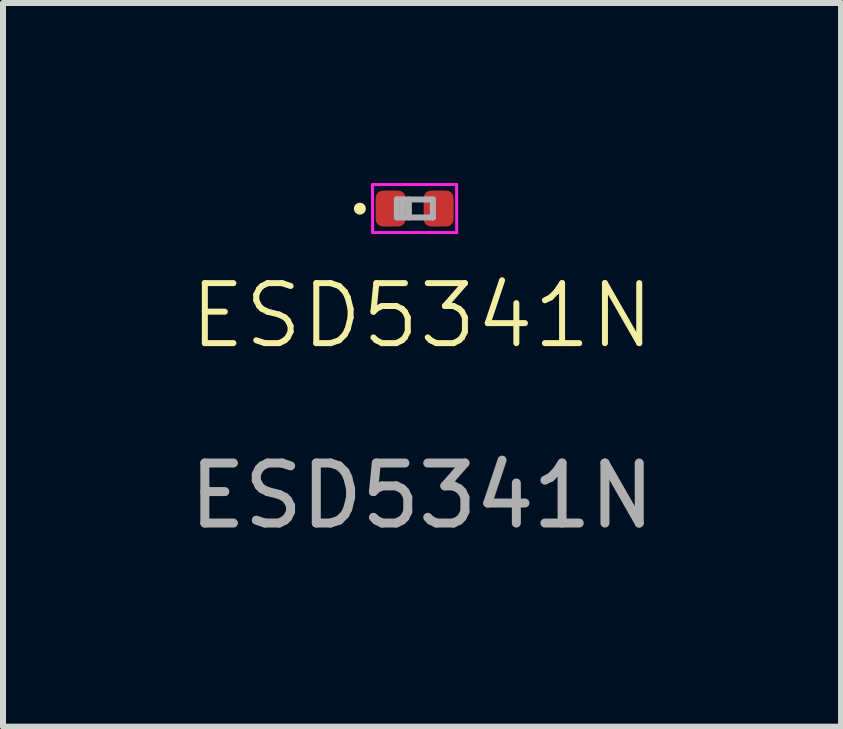
<source format=kicad_pcb>
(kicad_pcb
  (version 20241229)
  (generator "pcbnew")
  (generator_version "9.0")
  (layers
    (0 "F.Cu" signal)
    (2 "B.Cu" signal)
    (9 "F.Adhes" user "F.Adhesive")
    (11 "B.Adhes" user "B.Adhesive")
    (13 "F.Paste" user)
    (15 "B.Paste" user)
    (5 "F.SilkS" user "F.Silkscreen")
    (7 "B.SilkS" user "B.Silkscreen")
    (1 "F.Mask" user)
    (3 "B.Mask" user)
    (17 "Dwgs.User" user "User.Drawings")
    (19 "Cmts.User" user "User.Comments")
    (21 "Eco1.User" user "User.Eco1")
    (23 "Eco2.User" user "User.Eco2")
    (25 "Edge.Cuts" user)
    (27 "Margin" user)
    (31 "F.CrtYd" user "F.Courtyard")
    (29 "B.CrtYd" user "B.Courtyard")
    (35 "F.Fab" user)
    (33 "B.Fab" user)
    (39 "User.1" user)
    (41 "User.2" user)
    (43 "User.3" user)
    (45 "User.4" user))
  (footprint "ESD5341N"
    (layer "F.Cu")
    (at 3.459 0.425)
    (property "Reference" "ESD5341N" (at 0.523 1.785 0) (unlocked yes) (layer "F.SilkS") (effects (font (size 1 1) (thickness 0.1))))
    (attr smd)
    (fp_circle (center -0.513 0.002) (end -0.463 0.002) (stroke (width 0.1) (type solid)) (fill no) (layer "F.SilkS"))
    (fp_line (start -0.3 -0.4) (end 1.1 -0.4) (stroke (width 0.05) (type solid)) (layer "F.CrtYd"))
    (fp_line (start -0.3 0.4) (end -0.302 -0.4) (stroke (width 0.05) (type solid)) (layer "F.CrtYd"))
    (fp_line (start 1.099 -0.4) (end 1.101 0.4) (stroke (width 0.05) (type solid)) (layer "F.CrtYd"))
    (fp_line (start 1.101 0.4) (end -0.3 0.4) (stroke (width 0.05) (type solid)) (layer "F.CrtYd"))
    (fp_line (start 0.104 -0.152) (end 0.704 -0.152) (stroke (width 0.1) (type solid)) (layer "F.Fab"))
    (fp_line (start 0.104 0.148) (end 0.104 -0.152) (stroke (width 0.1) (type solid)) (layer "F.Fab"))
    (fp_line (start 0.204 0.148) (end 0.204 -0.152) (stroke (width 0.1) (type solid)) (layer "F.Fab"))
    (fp_line (start 0.304 0.148) (end 0.304 -0.152) (stroke (width 0.1) (type solid)) (layer "F.Fab"))
    (fp_line (start 0.704 -0.152) (end 0.704 0.148) (stroke (width 0.1) (type solid)) (layer "F.Fab"))
    (fp_line (start 0.704 0.148) (end 0.104 0.148) (stroke (width 0.1) (type solid)) (layer "F.Fab"))
    (fp_text user "${REFERENCE}" (at 0.523 4.785 0) (unlocked yes) (layer "F.Fab") (effects (font (size 1 1) (thickness 0.15))))
    (pad "" smd roundrect (at 0 0) (size 0.5 0.6) (layers "F.Paste") (roundrect_rratio 0.25))
    (pad "" smd roundrect (at 0.8 0) (size 0.5 0.6) (layers "F.Paste") (roundrect_rratio 0.25))
    (pad "1" smd roundrect (at 0 0) (size 0.5 0.6) (layers "F.Cu" "F.Mask") (roundrect_rratio 0.25))
    (pad "2" smd roundrect (at 0.8 0) (size 0.5 0.6) (layers "F.Cu" "F.Mask") (roundrect_rratio 0.25)))
  (gr_rect
    (start -3 -3)
    (end 10.964 9.058)
    (stroke (width 0.1) (type default))
    (fill no)
    (layer "Edge.Cuts")))
</source>
